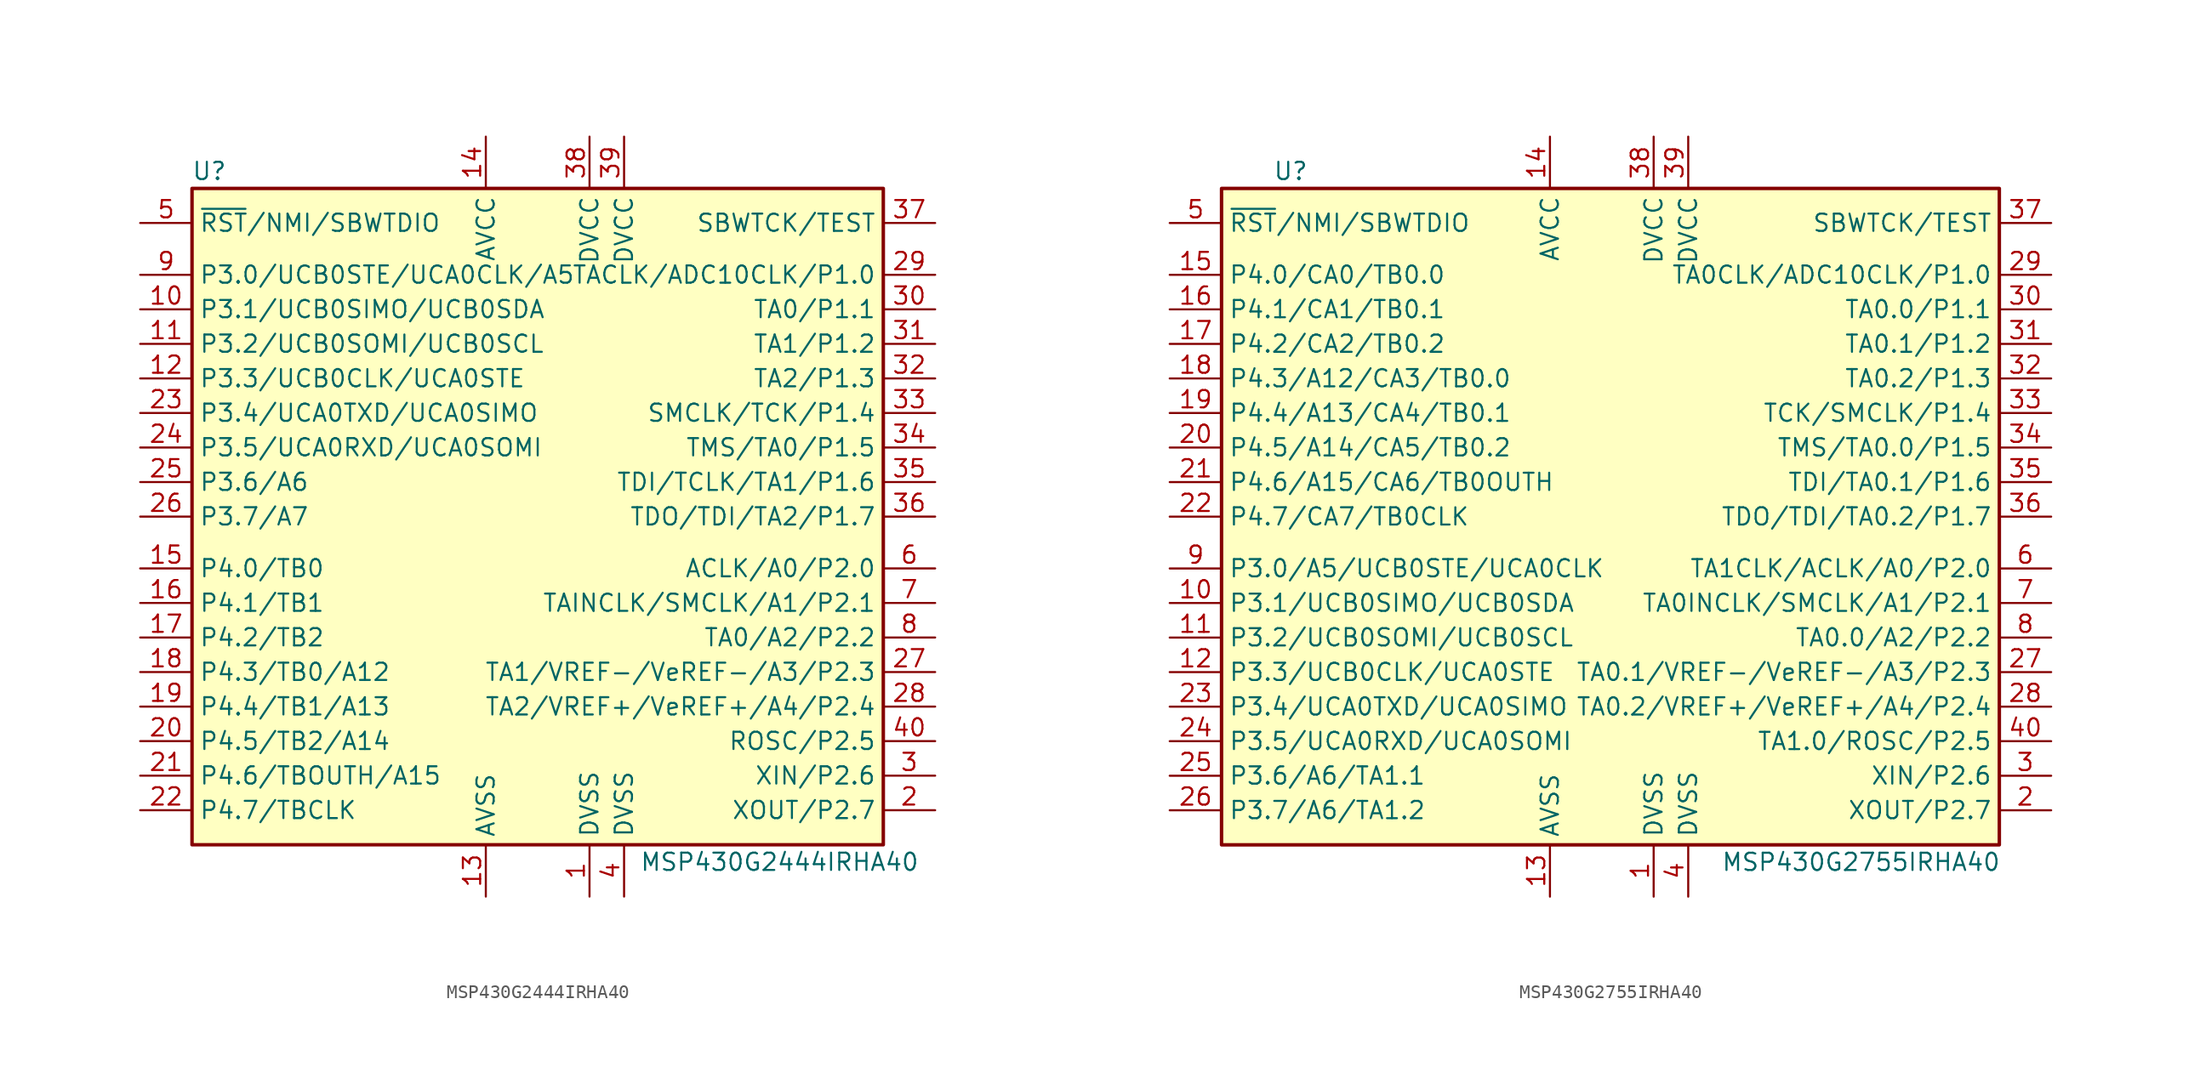
<source format=kicad_sym>
(kicad_symbol_lib
  (version 20231120)
  (generator "kicad_symbol_editor")
  (generator_version "8.0")
  (symbol "MSP430G2444IRHA40"
    (property "Reference" "U"
      (at -24.13 25.4 0)
      (effects (font (size 1.27 1.27))))
    (property "Value" "MSP430G2444IRHA40"
      (at 17.78 -25.4 0)
      (effects (font (size 1.27 1.27))))
    (symbol "MSP430G2444IRHA40_0_1"
      (rectangle (start -25.4 24.13) (end 25.4 -24.13) (stroke (width 0.254) (type default)) (fill (type background))))
    (symbol "MSP430G2444IRHA40_1_1"
      (pin power_in line (at 3.81 -27.94 90) (length 3.81) (name "DVSS" (effects (font (size 1.27 1.27)))) (number "1" (effects (font (size 1.27 1.27)))))
      (pin bidirectional line (at -29.21 15.24 0) (length 3.81) (name "P3.1/UCB0SIMO/UCB0SDA" (effects (font (size 1.27 1.27)))) (number "10" (effects (font (size 1.27 1.27)))))
      (pin bidirectional line (at -29.21 12.7 0) (length 3.81) (name "P3.2/UCB0SOMI/UCB0SCL" (effects (font (size 1.27 1.27)))) (number "11" (effects (font (size 1.27 1.27)))))
      (pin bidirectional line (at -29.21 10.16 0) (length 3.81) (name "P3.3/UCB0CLK/UCA0STE" (effects (font (size 1.27 1.27)))) (number "12" (effects (font (size 1.27 1.27)))))
      (pin power_in line (at -3.81 -27.94 90) (length 3.81) (name "AVSS" (effects (font (size 1.27 1.27)))) (number "13" (effects (font (size 1.27 1.27)))))
      (pin power_in line (at -3.81 27.94 270) (length 3.81) (name "AVCC" (effects (font (size 1.27 1.27)))) (number "14" (effects (font (size 1.27 1.27)))))
      (pin bidirectional line (at -29.21 -3.81 0) (length 3.81) (name "P4.0/TB0" (effects (font (size 1.27 1.27)))) (number "15" (effects (font (size 1.27 1.27)))))
      (pin bidirectional line (at -29.21 -6.35 0) (length 3.81) (name "P4.1/TB1" (effects (font (size 1.27 1.27)))) (number "16" (effects (font (size 1.27 1.27)))))
      (pin bidirectional line (at -29.21 -8.89 0) (length 3.81) (name "P4.2/TB2" (effects (font (size 1.27 1.27)))) (number "17" (effects (font (size 1.27 1.27)))))
      (pin bidirectional line (at -29.21 -11.43 0) (length 3.81) (name "P4.3/TB0/A12" (effects (font (size 1.27 1.27)))) (number "18" (effects (font (size 1.27 1.27)))))
      (pin bidirectional line (at -29.21 -13.97 0) (length 3.81) (name "P4.4/TB1/A13" (effects (font (size 1.27 1.27)))) (number "19" (effects (font (size 1.27 1.27)))))
      (pin bidirectional line (at 29.21 -21.59 180) (length 3.81) (name "XOUT/P2.7" (effects (font (size 1.27 1.27)))) (number "2" (effects (font (size 1.27 1.27)))))
      (pin bidirectional line (at -29.21 -16.51 0) (length 3.81) (name "P4.5/TB2/A14" (effects (font (size 1.27 1.27)))) (number "20" (effects (font (size 1.27 1.27)))))
      (pin bidirectional line (at -29.21 -19.05 0) (length 3.81) (name "P4.6/TBOUTH/A15" (effects (font (size 1.27 1.27)))) (number "21" (effects (font (size 1.27 1.27)))))
      (pin bidirectional line (at -29.21 -21.59 0) (length 3.81) (name "P4.7/TBCLK" (effects (font (size 1.27 1.27)))) (number "22" (effects (font (size 1.27 1.27)))))
      (pin bidirectional line (at -29.21 7.62 0) (length 3.81) (name "P3.4/UCA0TXD/UCA0SIMO" (effects (font (size 1.27 1.27)))) (number "23" (effects (font (size 1.27 1.27)))))
      (pin bidirectional line (at -29.21 5.08 0) (length 3.81) (name "P3.5/UCA0RXD/UCA0SOMI" (effects (font (size 1.27 1.27)))) (number "24" (effects (font (size 1.27 1.27)))))
      (pin bidirectional line (at -29.21 2.54 0) (length 3.81) (name "P3.6/A6" (effects (font (size 1.27 1.27)))) (number "25" (effects (font (size 1.27 1.27)))))
      (pin bidirectional line (at -29.21 0 0) (length 3.81) (name "P3.7/A7" (effects (font (size 1.27 1.27)))) (number "26" (effects (font (size 1.27 1.27)))))
      (pin bidirectional line (at 29.21 -11.43 180) (length 3.81) (name "TA1/VREF-/VeREF-/A3/P2.3" (effects (font (size 1.27 1.27)))) (number "27" (effects (font (size 1.27 1.27)))))
      (pin bidirectional line (at 29.21 -13.97 180) (length 3.81) (name "TA2/VREF+/VeREF+/A4/P2.4" (effects (font (size 1.27 1.27)))) (number "28" (effects (font (size 1.27 1.27)))))
      (pin bidirectional line (at 29.21 17.78 180) (length 3.81) (name "TACLK/ADC10CLK/P1.0" (effects (font (size 1.27 1.27)))) (number "29" (effects (font (size 1.27 1.27)))))
      (pin bidirectional line (at 29.21 -19.05 180) (length 3.81) (name "XIN/P2.6" (effects (font (size 1.27 1.27)))) (number "3" (effects (font (size 1.27 1.27)))))
      (pin bidirectional line (at 29.21 15.24 180) (length 3.81) (name "TA0/P1.1" (effects (font (size 1.27 1.27)))) (number "30" (effects (font (size 1.27 1.27)))))
      (pin bidirectional line (at 29.21 12.7 180) (length 3.81) (name "TA1/P1.2" (effects (font (size 1.27 1.27)))) (number "31" (effects (font (size 1.27 1.27)))))
      (pin bidirectional line (at 29.21 10.16 180) (length 3.81) (name "TA2/P1.3" (effects (font (size 1.27 1.27)))) (number "32" (effects (font (size 1.27 1.27)))))
      (pin bidirectional line (at 29.21 7.62 180) (length 3.81) (name "SMCLK/TCK/P1.4" (effects (font (size 1.27 1.27)))) (number "33" (effects (font (size 1.27 1.27)))))
      (pin bidirectional line (at 29.21 5.08 180) (length 3.81) (name "TMS/TA0/P1.5" (effects (font (size 1.27 1.27)))) (number "34" (effects (font (size 1.27 1.27)))))
      (pin bidirectional line (at 29.21 2.54 180) (length 3.81) (name "TDI/TCLK/TA1/P1.6" (effects (font (size 1.27 1.27)))) (number "35" (effects (font (size 1.27 1.27)))))
      (pin bidirectional line (at 29.21 0 180) (length 3.81) (name "TDO/TDI/TA2/P1.7" (effects (font (size 1.27 1.27)))) (number "36" (effects (font (size 1.27 1.27)))))
      (pin input line (at 29.21 21.59 180) (length 3.81) (name "SBWTCK/TEST" (effects (font (size 1.27 1.27)))) (number "37" (effects (font (size 1.27 1.27)))))
      (pin power_in line (at 3.81 27.94 270) (length 3.81) (name "DVCC" (effects (font (size 1.27 1.27)))) (number "38" (effects (font (size 1.27 1.27)))))
      (pin power_in line (at 6.35 27.94 270) (length 3.81) (name "DVCC" (effects (font (size 1.27 1.27)))) (number "39" (effects (font (size 1.27 1.27)))))
      (pin power_in line (at 6.35 -27.94 90) (length 3.81) (name "DVSS" (effects (font (size 1.27 1.27)))) (number "4" (effects (font (size 1.27 1.27)))))
      (pin bidirectional line (at 29.21 -16.51 180) (length 3.81) (name "ROSC/P2.5" (effects (font (size 1.27 1.27)))) (number "40" (effects (font (size 1.27 1.27)))))
      (pin input line (at -29.21 21.59 0) (length 3.81) (name "~{RST}/NMI/SBWTDIO" (effects (font (size 1.27 1.27)))) (number "5" (effects (font (size 1.27 1.27)))))
      (pin bidirectional line (at 29.21 -3.81 180) (length 3.81) (name "ACLK/A0/P2.0" (effects (font (size 1.27 1.27)))) (number "6" (effects (font (size 1.27 1.27)))))
      (pin bidirectional line (at 29.21 -6.35 180) (length 3.81) (name "TAINCLK/SMCLK/A1/P2.1" (effects (font (size 1.27 1.27)))) (number "7" (effects (font (size 1.27 1.27)))))
      (pin bidirectional line (at 29.21 -8.89 180) (length 3.81) (name "TA0/A2/P2.2" (effects (font (size 1.27 1.27)))) (number "8" (effects (font (size 1.27 1.27)))))
      (pin bidirectional line (at -29.21 17.78 0) (length 3.81) (name "P3.0/UCB0STE/UCA0CLK/A5" (effects (font (size 1.27 1.27)))) (number "9" (effects (font (size 1.27 1.27)))))))
  (symbol "MSP430G2755IRHA40"
    (property "Reference" "U"
      (at -24.13 25.4 0)
      (effects (font (size 1.27 1.27))))
    (property "Value" "MSP430G2755IRHA40"
      (at 17.78 -25.4 0)
      (effects (font (size 1.27 1.27))))
    (symbol "MSP430G2755IRHA40_0_1"
      (rectangle (start -29.21 24.13) (end 27.94 -24.13) (stroke (width 0.254) (type default)) (fill (type background))))
    (symbol "MSP430G2755IRHA40_1_1"
      (pin power_in line (at 2.54 -27.94 90) (length 3.81) (name "DVSS" (effects (font (size 1.27 1.27)))) (number "1" (effects (font (size 1.27 1.27)))))
      (pin bidirectional line (at -33.02 -6.35 0) (length 3.81) (name "P3.1/UCB0SIMO/UCB0SDA" (effects (font (size 1.27 1.27)))) (number "10" (effects (font (size 1.27 1.27)))))
      (pin bidirectional line (at -33.02 -8.89 0) (length 3.81) (name "P3.2/UCB0SOMI/UCB0SCL" (effects (font (size 1.27 1.27)))) (number "11" (effects (font (size 1.27 1.27)))))
      (pin bidirectional line (at -33.02 -11.43 0) (length 3.81) (name "P3.3/UCB0CLK/UCA0STE" (effects (font (size 1.27 1.27)))) (number "12" (effects (font (size 1.27 1.27)))))
      (pin power_in line (at -5.08 -27.94 90) (length 3.81) (name "AVSS" (effects (font (size 1.27 1.27)))) (number "13" (effects (font (size 1.27 1.27)))))
      (pin power_in line (at -5.08 27.94 270) (length 3.81) (name "AVCC" (effects (font (size 1.27 1.27)))) (number "14" (effects (font (size 1.27 1.27)))))
      (pin bidirectional line (at -33.02 17.78 0) (length 3.81) (name "P4.0/CA0/TB0.0" (effects (font (size 1.27 1.27)))) (number "15" (effects (font (size 1.27 1.27)))))
      (pin bidirectional line (at -33.02 15.24 0) (length 3.81) (name "P4.1/CA1/TB0.1" (effects (font (size 1.27 1.27)))) (number "16" (effects (font (size 1.27 1.27)))))
      (pin bidirectional line (at -33.02 12.7 0) (length 3.81) (name "P4.2/CA2/TB0.2" (effects (font (size 1.27 1.27)))) (number "17" (effects (font (size 1.27 1.27)))))
      (pin bidirectional line (at -33.02 10.16 0) (length 3.81) (name "P4.3/A12/CA3/TB0.0" (effects (font (size 1.27 1.27)))) (number "18" (effects (font (size 1.27 1.27)))))
      (pin bidirectional line (at -33.02 7.62 0) (length 3.81) (name "P4.4/A13/CA4/TB0.1" (effects (font (size 1.27 1.27)))) (number "19" (effects (font (size 1.27 1.27)))))
      (pin bidirectional line (at 31.75 -21.59 180) (length 3.81) (name "XOUT/P2.7" (effects (font (size 1.27 1.27)))) (number "2" (effects (font (size 1.27 1.27)))))
      (pin bidirectional line (at -33.02 5.08 0) (length 3.81) (name "P4.5/A14/CA5/TB0.2" (effects (font (size 1.27 1.27)))) (number "20" (effects (font (size 1.27 1.27)))))
      (pin bidirectional line (at -33.02 2.54 0) (length 3.81) (name "P4.6/A15/CA6/TB0OUTH" (effects (font (size 1.27 1.27)))) (number "21" (effects (font (size 1.27 1.27)))))
      (pin bidirectional line (at -33.02 0 0) (length 3.81) (name "P4.7/CA7/TB0CLK" (effects (font (size 1.27 1.27)))) (number "22" (effects (font (size 1.27 1.27)))))
      (pin bidirectional line (at -33.02 -13.97 0) (length 3.81) (name "P3.4/UCA0TXD/UCA0SIMO" (effects (font (size 1.27 1.27)))) (number "23" (effects (font (size 1.27 1.27)))))
      (pin bidirectional line (at -33.02 -16.51 0) (length 3.81) (name "P3.5/UCA0RXD/UCA0SOMI" (effects (font (size 1.27 1.27)))) (number "24" (effects (font (size 1.27 1.27)))))
      (pin bidirectional line (at -33.02 -19.05 0) (length 3.81) (name "P3.6/A6/TA1.1" (effects (font (size 1.27 1.27)))) (number "25" (effects (font (size 1.27 1.27)))))
      (pin bidirectional line (at -33.02 -21.59 0) (length 3.81) (name "P3.7/A6/TA1.2" (effects (font (size 1.27 1.27)))) (number "26" (effects (font (size 1.27 1.27)))))
      (pin bidirectional line (at 31.75 -11.43 180) (length 3.81) (name "TA0.1/VREF-/VeREF-/A3/P2.3" (effects (font (size 1.27 1.27)))) (number "27" (effects (font (size 1.27 1.27)))))
      (pin bidirectional line (at 31.75 -13.97 180) (length 3.81) (name "TA0.2/VREF+/VeREF+/A4/P2.4" (effects (font (size 1.27 1.27)))) (number "28" (effects (font (size 1.27 1.27)))))
      (pin bidirectional line (at 31.75 17.78 180) (length 3.81) (name "TA0CLK/ADC10CLK/P1.0" (effects (font (size 1.27 1.27)))) (number "29" (effects (font (size 1.27 1.27)))))
      (pin bidirectional line (at 31.75 -19.05 180) (length 3.81) (name "XIN/P2.6" (effects (font (size 1.27 1.27)))) (number "3" (effects (font (size 1.27 1.27)))))
      (pin bidirectional line (at 31.75 15.24 180) (length 3.81) (name "TA0.0/P1.1" (effects (font (size 1.27 1.27)))) (number "30" (effects (font (size 1.27 1.27)))))
      (pin bidirectional line (at 31.75 12.7 180) (length 3.81) (name "TA0.1/P1.2" (effects (font (size 1.27 1.27)))) (number "31" (effects (font (size 1.27 1.27)))))
      (pin bidirectional line (at 31.75 10.16 180) (length 3.81) (name "TA0.2/P1.3" (effects (font (size 1.27 1.27)))) (number "32" (effects (font (size 1.27 1.27)))))
      (pin bidirectional line (at 31.75 7.62 180) (length 3.81) (name "TCK/SMCLK/P1.4" (effects (font (size 1.27 1.27)))) (number "33" (effects (font (size 1.27 1.27)))))
      (pin bidirectional line (at 31.75 5.08 180) (length 3.81) (name "TMS/TA0.0/P1.5" (effects (font (size 1.27 1.27)))) (number "34" (effects (font (size 1.27 1.27)))))
      (pin bidirectional line (at 31.75 2.54 180) (length 3.81) (name "TDI/TA0.1/P1.6" (effects (font (size 1.27 1.27)))) (number "35" (effects (font (size 1.27 1.27)))))
      (pin bidirectional line (at 31.75 0 180) (length 3.81) (name "TDO/TDI/TA0.2/P1.7" (effects (font (size 1.27 1.27)))) (number "36" (effects (font (size 1.27 1.27)))))
      (pin input line (at 31.75 21.59 180) (length 3.81) (name "SBWTCK/TEST" (effects (font (size 1.27 1.27)))) (number "37" (effects (font (size 1.27 1.27)))))
      (pin power_in line (at 2.54 27.94 270) (length 3.81) (name "DVCC" (effects (font (size 1.27 1.27)))) (number "38" (effects (font (size 1.27 1.27)))))
      (pin power_in line (at 5.08 27.94 270) (length 3.81) (name "DVCC" (effects (font (size 1.27 1.27)))) (number "39" (effects (font (size 1.27 1.27)))))
      (pin power_in line (at 5.08 -27.94 90) (length 3.81) (name "DVSS" (effects (font (size 1.27 1.27)))) (number "4" (effects (font (size 1.27 1.27)))))
      (pin bidirectional line (at 31.75 -16.51 180) (length 3.81) (name "TA1.0/ROSC/P2.5" (effects (font (size 1.27 1.27)))) (number "40" (effects (font (size 1.27 1.27)))))
      (pin input line (at -33.02 21.59 0) (length 3.81) (name "~{RST}/NMI/SBWTDIO" (effects (font (size 1.27 1.27)))) (number "5" (effects (font (size 1.27 1.27)))))
      (pin bidirectional line (at 31.75 -3.81 180) (length 3.81) (name "TA1CLK/ACLK/A0/P2.0" (effects (font (size 1.27 1.27)))) (number "6" (effects (font (size 1.27 1.27)))))
      (pin bidirectional line (at 31.75 -6.35 180) (length 3.81) (name "TA0INCLK/SMCLK/A1/P2.1" (effects (font (size 1.27 1.27)))) (number "7" (effects (font (size 1.27 1.27)))))
      (pin bidirectional line (at 31.75 -8.89 180) (length 3.81) (name "TA0.0/A2/P2.2" (effects (font (size 1.27 1.27)))) (number "8" (effects (font (size 1.27 1.27)))))
      (pin bidirectional line (at -33.02 -3.81 0) (length 3.81) (name "P3.0/A5/UCB0STE/UCA0CLK" (effects (font (size 1.27 1.27)))) (number "9" (effects (font (size 1.27 1.27))))))))
</source>
